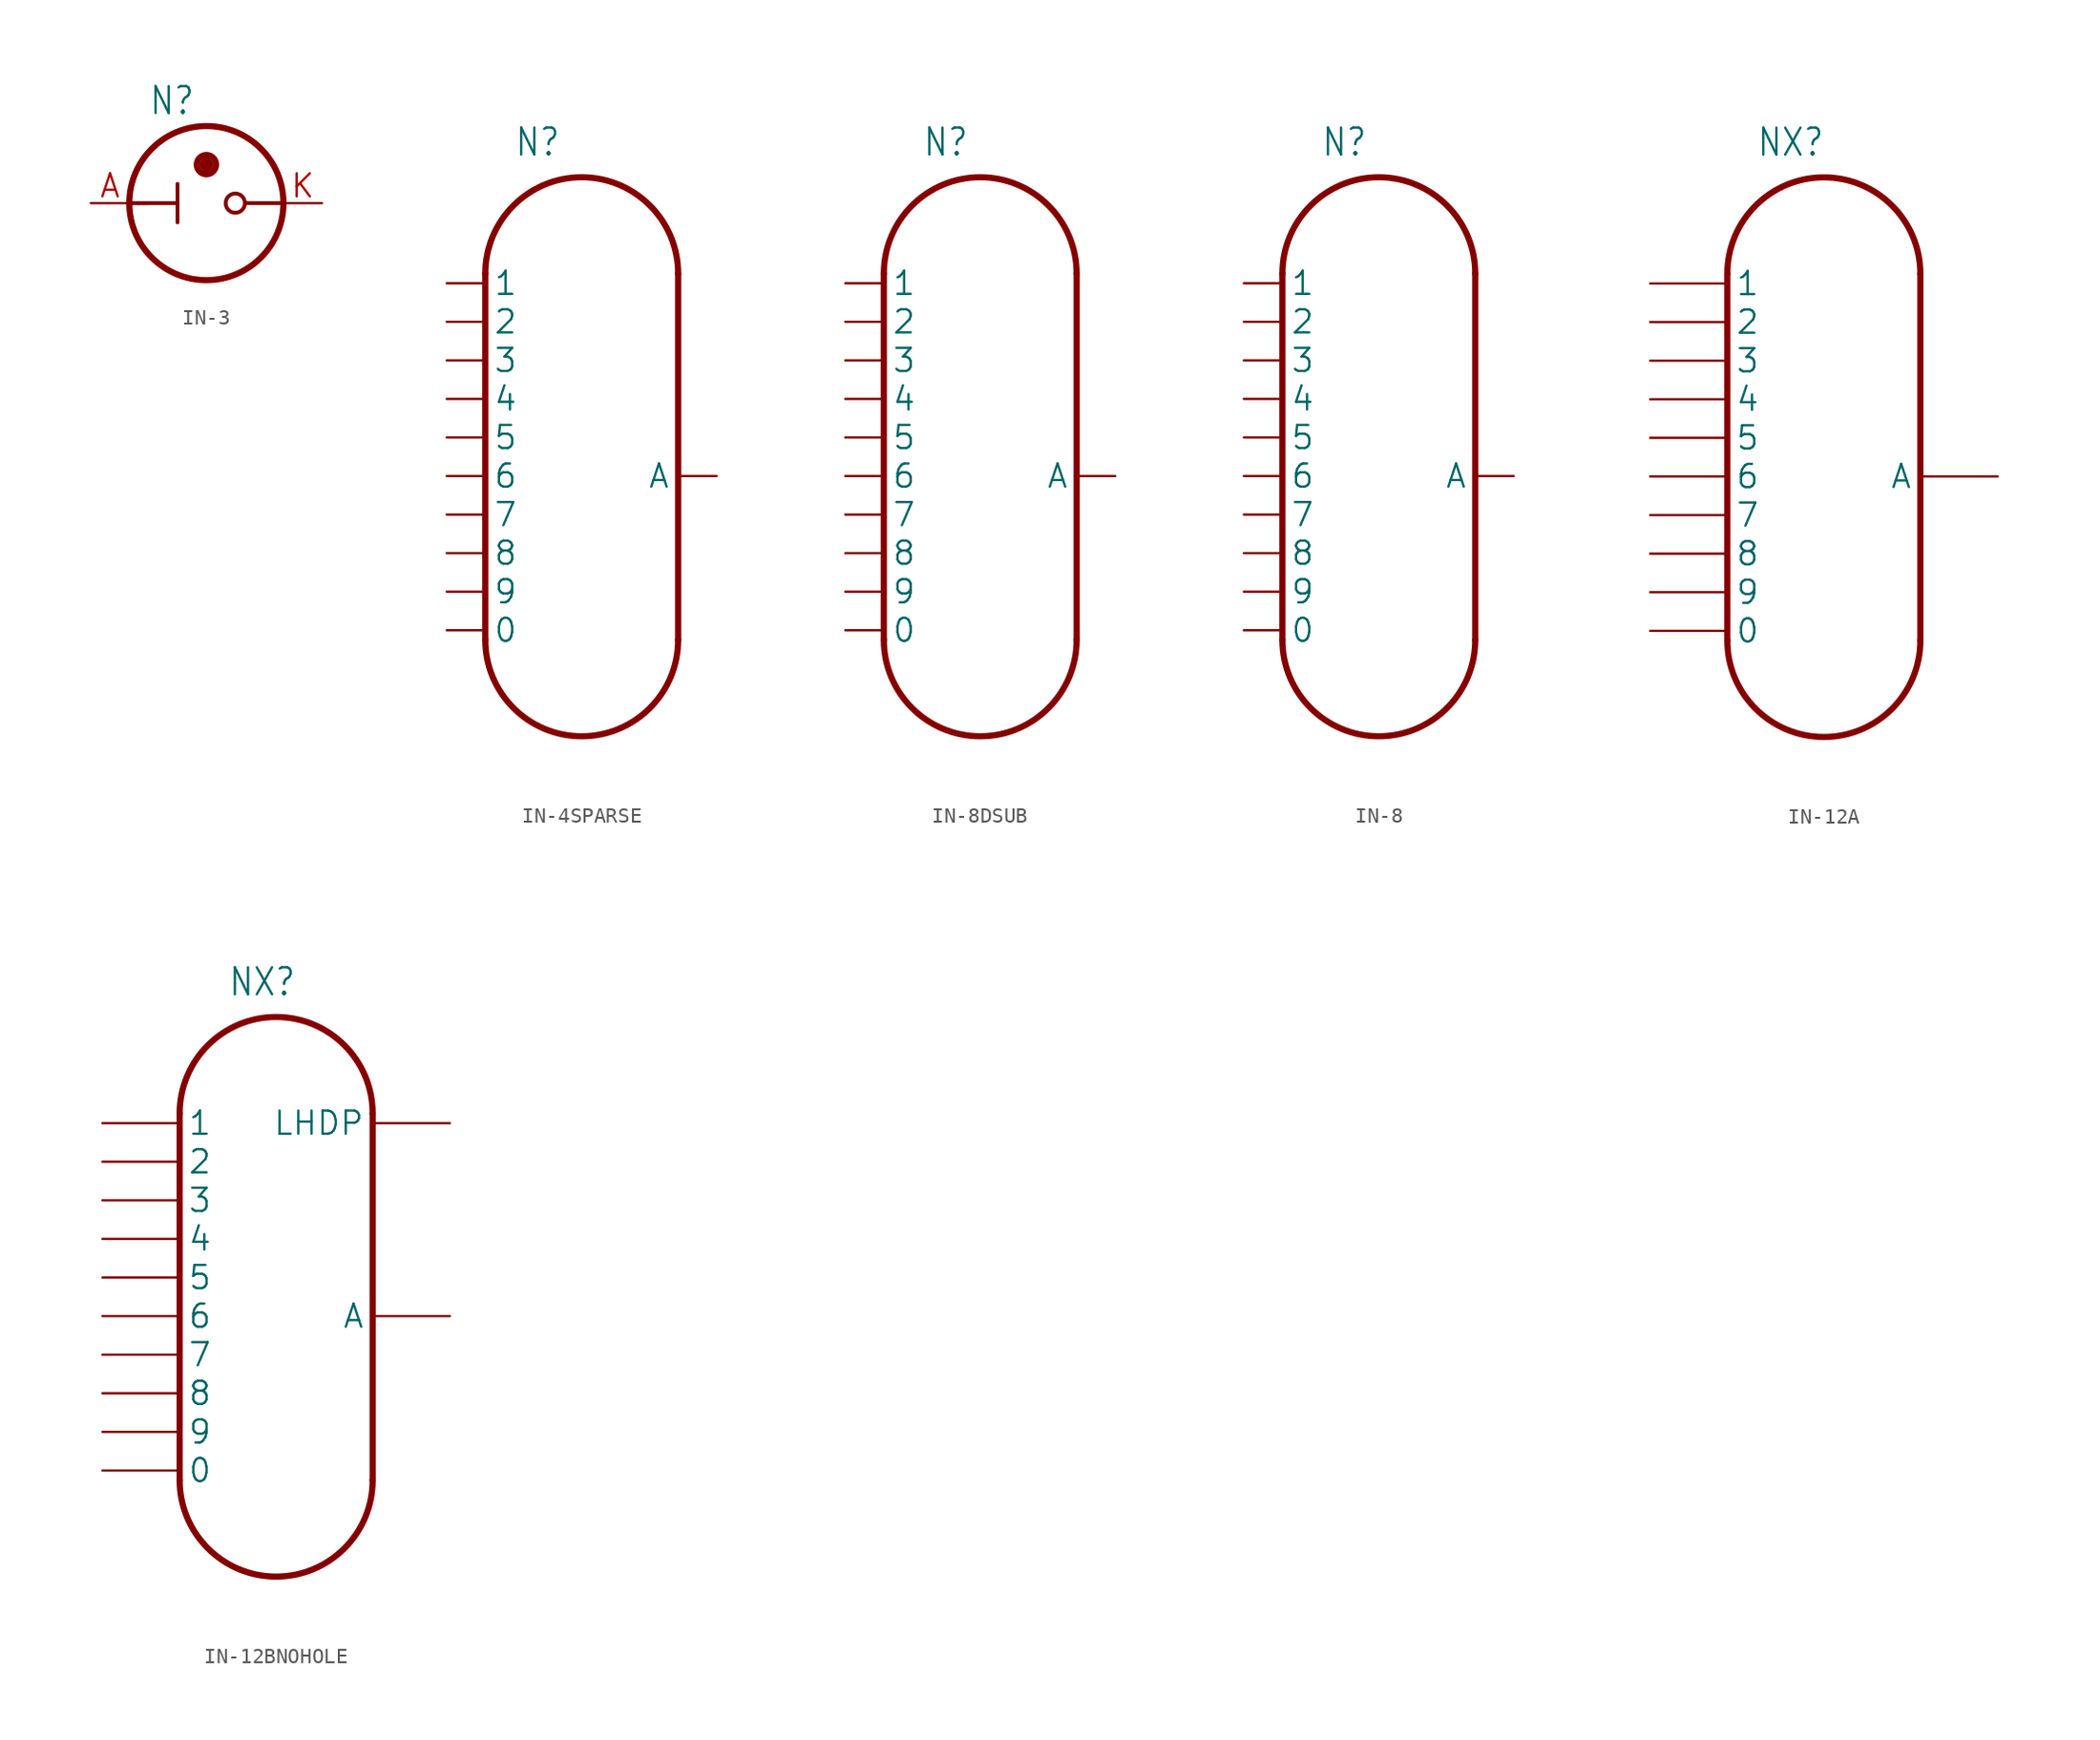
<source format=kicad_sym>
(kicad_symbol_lib
  (version 20241209)
  (generator "kicad_symbol_editor")
  (generator_version "9.0")
  (symbol "IN-3"
    (property "Reference" "N"
      (at 1.27 3.175 0)
      (effects (font (size 1.778 1.511)) (justify left bottom)))
    (property "ki_locked" ""
      (at 0 0 0)
      (effects (font (size 1.27 1.27))))
    (symbol "IN-3_1_0"
      (polyline (pts (xy 0 -2.54) (xy 0.635 -2.54)) (stroke (width 0.254) (type solid)) (fill (type none)))
      (polyline (pts (xy 0.635 -2.54) (xy 0 -2.54)) (stroke (width 0.254) (type solid)) (fill (type none)))
      (polyline (pts (xy 0.635 -2.54) (xy 3.175 -2.54)) (stroke (width 0.254) (type solid)) (fill (type none)))
      (polyline (pts (xy 1.27 -2.54) (xy 0.635 -2.54)) (stroke (width 0.254) (type solid)) (fill (type none)))
      (polyline (pts (xy 3.175 -2.54) (xy 3.175 -1.27)) (stroke (width 0.254) (type solid)) (fill (type none)))
      (polyline (pts (xy 3.175 -2.54) (xy 3.175 -3.81)) (stroke (width 0.254) (type solid)) (fill (type none)))
      (polyline (pts (xy 4.763 0) (xy 5.08 0)) (stroke (width 0.254) (type solid)) (fill (type none)))
      (polyline (pts (xy 5.08 0) (xy 5.08 0.318)) (stroke (width 0.406) (type solid)) (fill (type none)))
      (polyline (pts (xy 5.08 0) (xy 5.08 -0.318)) (stroke (width 0.406) (type solid)) (fill (type none)))
      (polyline (pts (xy 5.08 0) (xy 5.397 0)) (stroke (width 0.254) (type solid)) (fill (type none)))
      (circle (center 5.08 0) (radius 0.318) (stroke (width 0.254) (type solid)) (fill (type none)))
      (circle (center 5.08 0) (radius 0.635) (stroke (width 0.406) (type solid)) (fill (type none)))
      (circle (center 5.08 -2.54) (radius 5.08) (stroke (width 0.406) (type solid)) (fill (type none)))
      (circle (center 6.985 -2.54) (radius 0.635) (stroke (width 0.254) (type solid)) (fill (type none)))
      (polyline (pts (xy 10.16 -2.54) (xy 7.62 -2.54)) (stroke (width 0.254) (type solid)) (fill (type none)))
      (pin bidirectional line (at -2.54 -2.54 0) (length 2.54) (name "A" (effects (font (size 0 0)))) (number "A" (effects (font (size 1.524 1.524)))))
      (pin bidirectional line (at 12.7 -2.54 180) (length 2.54) (name "K" (effects (font (size 0 0)))) (number "K" (effects (font (size 1.524 1.524)))))))
  (symbol "IN-4SPARSE"
    (property "Reference" "N"
      (at -5.715 20.955 0)
      (effects (font (size 1.778 1.511)) (justify left bottom)))
    (property "ki_locked" ""
      (at 0 0 0)
      (effects (font (size 1.27 1.27))))
    (symbol "IN-4SPARSE_1_0"
      (polyline (pts (xy -7.62 -10.795) (xy -7.62 13.335)) (stroke (width 0.406) (type solid)) (fill (type none)))
      (arc (start -7.62 13.335) (mid -1.27 19.685) (end 5.08 13.335) (stroke (width 0.4064) (type solid)) (fill (type none)))
      (arc (start 5.08 -10.795) (mid -1.27 -17.145) (end -7.62 -10.795) (stroke (width 0.4064) (type solid)) (fill (type none)))
      (polyline (pts (xy 5.08 -10.795) (xy 5.08 13.335)) (stroke (width 0.406) (type solid)) (fill (type none)))
      (pin bidirectional line (at -10.16 12.7 0) (length 2.54) (name "1" (effects (font (size 1.524 1.524)))) (number "1" (effects (font (size 0 0)))))
      (pin bidirectional line (at -10.16 10.16 0) (length 2.54) (name "2" (effects (font (size 1.524 1.524)))) (number "2" (effects (font (size 0 0)))))
      (pin bidirectional line (at -10.16 7.62 0) (length 2.54) (name "3" (effects (font (size 1.524 1.524)))) (number "3" (effects (font (size 0 0)))))
      (pin bidirectional line (at -10.16 5.08 0) (length 2.54) (name "4" (effects (font (size 1.524 1.524)))) (number "4" (effects (font (size 0 0)))))
      (pin bidirectional line (at -10.16 2.54 0) (length 2.54) (name "5" (effects (font (size 1.524 1.524)))) (number "5" (effects (font (size 0 0)))))
      (pin bidirectional line (at -10.16 0 0) (length 2.54) (name "6" (effects (font (size 1.524 1.524)))) (number "6" (effects (font (size 0 0)))))
      (pin bidirectional line (at -10.16 -2.54 0) (length 2.54) (name "7" (effects (font (size 1.524 1.524)))) (number "7" (effects (font (size 0 0)))))
      (pin bidirectional line (at -10.16 -5.08 0) (length 2.54) (name "8" (effects (font (size 1.524 1.524)))) (number "8" (effects (font (size 0 0)))))
      (pin bidirectional line (at -10.16 -7.62 0) (length 2.54) (name "9" (effects (font (size 1.524 1.524)))) (number "9" (effects (font (size 0 0)))))
      (pin bidirectional line (at -10.16 -10.16 0) (length 2.54) (name "0" (effects (font (size 1.524 1.524)))) (number "0" (effects (font (size 0 0)))))
      (pin bidirectional line (at 7.62 0 180) (length 2.54) (name "A" (effects (font (size 1.524 1.524)))) (number "A3" (effects (font (size 0 0)))))))
  (symbol "IN-8DSUB"
    (property "Reference" "N"
      (at -5.08 20.955 0)
      (effects (font (size 1.778 1.511)) (justify left bottom)))
    (property "ki_locked" ""
      (at 0 0 0)
      (effects (font (size 1.27 1.27))))
    (symbol "IN-8DSUB_1_0"
      (polyline (pts (xy -7.62 -10.795) (xy -7.62 13.335)) (stroke (width 0.406) (type solid)) (fill (type none)))
      (arc (start -7.62 13.335) (mid -1.27 19.685) (end 5.08 13.335) (stroke (width 0.4064) (type solid)) (fill (type none)))
      (arc (start 5.08 -10.795) (mid -1.27 -17.145) (end -7.62 -10.795) (stroke (width 0.4064) (type solid)) (fill (type none)))
      (polyline (pts (xy 5.08 -10.795) (xy 5.08 13.335)) (stroke (width 0.406) (type solid)) (fill (type none)))
      (pin bidirectional line (at -10.16 12.7 0) (length 2.54) (name "1" (effects (font (size 1.524 1.524)))) (number "1" (effects (font (size 0 0)))))
      (pin bidirectional line (at -10.16 10.16 0) (length 2.54) (name "2" (effects (font (size 1.524 1.524)))) (number "2" (effects (font (size 0 0)))))
      (pin bidirectional line (at -10.16 7.62 0) (length 2.54) (name "3" (effects (font (size 1.524 1.524)))) (number "3" (effects (font (size 0 0)))))
      (pin bidirectional line (at -10.16 5.08 0) (length 2.54) (name "4" (effects (font (size 1.524 1.524)))) (number "4" (effects (font (size 0 0)))))
      (pin bidirectional line (at -10.16 2.54 0) (length 2.54) (name "5" (effects (font (size 1.524 1.524)))) (number "5" (effects (font (size 0 0)))))
      (pin bidirectional line (at -10.16 0 0) (length 2.54) (name "6" (effects (font (size 1.524 1.524)))) (number "6" (effects (font (size 0 0)))))
      (pin bidirectional line (at -10.16 -2.54 0) (length 2.54) (name "7" (effects (font (size 1.524 1.524)))) (number "7" (effects (font (size 0 0)))))
      (pin bidirectional line (at -10.16 -5.08 0) (length 2.54) (name "8" (effects (font (size 1.524 1.524)))) (number "8" (effects (font (size 0 0)))))
      (pin bidirectional line (at -10.16 -7.62 0) (length 2.54) (name "9" (effects (font (size 1.524 1.524)))) (number "9" (effects (font (size 0 0)))))
      (pin bidirectional line (at -10.16 -10.16 0) (length 2.54) (name "0" (effects (font (size 1.524 1.524)))) (number "0" (effects (font (size 0 0)))))
      (pin bidirectional line (at 7.62 0 180) (length 2.54) (name "A" (effects (font (size 1.524 1.524)))) (number "A" (effects (font (size 0 0)))))))
  (symbol "IN-8"
    (property "Reference" "N"
      (at -5.08 20.955 0)
      (effects (font (size 1.778 1.511)) (justify left bottom)))
    (property "ki_locked" ""
      (at 0 0 0)
      (effects (font (size 1.27 1.27))))
    (symbol "IN-8_1_0"
      (polyline (pts (xy -7.62 -10.795) (xy -7.62 13.335)) (stroke (width 0.406) (type solid)) (fill (type none)))
      (arc (start -7.62 13.335) (mid -1.27 19.685) (end 5.08 13.335) (stroke (width 0.4064) (type solid)) (fill (type none)))
      (arc (start 5.08 -10.795) (mid -1.27 -17.145) (end -7.62 -10.795) (stroke (width 0.4064) (type solid)) (fill (type none)))
      (polyline (pts (xy 5.08 -10.795) (xy 5.08 13.335)) (stroke (width 0.406) (type solid)) (fill (type none)))
      (pin bidirectional line (at -10.16 12.7 0) (length 2.54) (name "1" (effects (font (size 1.524 1.524)))) (number "1" (effects (font (size 0 0)))))
      (pin bidirectional line (at -10.16 10.16 0) (length 2.54) (name "2" (effects (font (size 1.524 1.524)))) (number "2" (effects (font (size 0 0)))))
      (pin bidirectional line (at -10.16 7.62 0) (length 2.54) (name "3" (effects (font (size 1.524 1.524)))) (number "3" (effects (font (size 0 0)))))
      (pin bidirectional line (at -10.16 5.08 0) (length 2.54) (name "4" (effects (font (size 1.524 1.524)))) (number "4" (effects (font (size 0 0)))))
      (pin bidirectional line (at -10.16 2.54 0) (length 2.54) (name "5" (effects (font (size 1.524 1.524)))) (number "5" (effects (font (size 0 0)))))
      (pin bidirectional line (at -10.16 0 0) (length 2.54) (name "6" (effects (font (size 1.524 1.524)))) (number "6" (effects (font (size 0 0)))))
      (pin bidirectional line (at -10.16 -2.54 0) (length 2.54) (name "7" (effects (font (size 1.524 1.524)))) (number "7" (effects (font (size 0 0)))))
      (pin bidirectional line (at -10.16 -5.08 0) (length 2.54) (name "8" (effects (font (size 1.524 1.524)))) (number "8" (effects (font (size 0 0)))))
      (pin bidirectional line (at -10.16 -7.62 0) (length 2.54) (name "9" (effects (font (size 1.524 1.524)))) (number "9" (effects (font (size 0 0)))))
      (pin bidirectional line (at -10.16 -10.16 0) (length 2.54) (name "0" (effects (font (size 1.524 1.524)))) (number "0" (effects (font (size 0 0)))))
      (pin bidirectional line (at 7.62 0 180) (length 2.54) (name "A" (effects (font (size 1.524 1.524)))) (number "A" (effects (font (size 0 0)))))))
  (symbol "IN-12A"
    (property "Reference" "NX"
      (at -5.715 20.955 0)
      (effects (font (size 1.778 1.511)) (justify left bottom)))
    (property "ki_locked" ""
      (at 0 0 0)
      (effects (font (size 1.27 1.27))))
    (symbol "IN-12A_1_0"
      (polyline (pts (xy -7.62 -10.795) (xy -7.62 13.335)) (stroke (width 0.406) (type solid)) (fill (type none)))
      (arc (start -7.62 13.335) (mid -1.27 19.685) (end 5.08 13.335) (stroke (width 0.4064) (type solid)) (fill (type none)))
      (arc (start 5.08 -10.795) (mid -1.27 -17.145) (end -7.62 -10.795) (stroke (width 0.4064) (type solid)) (fill (type none)))
      (polyline (pts (xy 5.08 -10.795) (xy 5.08 13.335)) (stroke (width 0.406) (type solid)) (fill (type none)))
      (pin bidirectional line (at -12.7 12.7 0) (length 5.08) (name "1" (effects (font (size 1.524 1.524)))) (number "1" (effects (font (size 0 0)))))
      (pin bidirectional line (at -12.7 10.16 0) (length 5.08) (name "2" (effects (font (size 1.524 1.524)))) (number "2" (effects (font (size 0 0)))))
      (pin bidirectional line (at -12.7 7.62 0) (length 5.08) (name "3" (effects (font (size 1.524 1.524)))) (number "3" (effects (font (size 0 0)))))
      (pin bidirectional line (at -12.7 5.08 0) (length 5.08) (name "4" (effects (font (size 1.524 1.524)))) (number "4" (effects (font (size 0 0)))))
      (pin bidirectional line (at -12.7 2.54 0) (length 5.08) (name "5" (effects (font (size 1.524 1.524)))) (number "5" (effects (font (size 0 0)))))
      (pin bidirectional line (at -12.7 0 0) (length 5.08) (name "6" (effects (font (size 1.524 1.524)))) (number "6" (effects (font (size 0 0)))))
      (pin bidirectional line (at -12.7 -2.54 0) (length 5.08) (name "7" (effects (font (size 1.524 1.524)))) (number "7" (effects (font (size 0 0)))))
      (pin bidirectional line (at -12.7 -5.08 0) (length 5.08) (name "8" (effects (font (size 1.524 1.524)))) (number "8" (effects (font (size 0 0)))))
      (pin bidirectional line (at -12.7 -7.62 0) (length 5.08) (name "9" (effects (font (size 1.524 1.524)))) (number "9" (effects (font (size 0 0)))))
      (pin bidirectional line (at -12.7 -10.16 0) (length 5.08) (name "0" (effects (font (size 1.524 1.524)))) (number "0" (effects (font (size 0 0)))))
      (pin bidirectional line (at 10.16 0 180) (length 5.08) (name "A" (effects (font (size 1.524 1.524)))) (number "A" (effects (font (size 0 0)))))))
  (symbol "IN-12BNOHOLE"
    (property "Reference" "NX"
      (at -4.445 20.955 0)
      (effects (font (size 1.778 1.511)) (justify left bottom)))
    (property "ki_locked" ""
      (at 0 0 0)
      (effects (font (size 1.27 1.27))))
    (symbol "IN-12BNOHOLE_1_0"
      (polyline (pts (xy -7.62 -10.795) (xy -7.62 13.335)) (stroke (width 0.406) (type solid)) (fill (type none)))
      (arc (start -7.62 13.335) (mid -1.27 19.685) (end 5.08 13.335) (stroke (width 0.4064) (type solid)) (fill (type none)))
      (arc (start 5.08 -10.795) (mid -1.27 -17.145) (end -7.62 -10.795) (stroke (width 0.4064) (type solid)) (fill (type none)))
      (polyline (pts (xy 5.08 -10.795) (xy 5.08 13.335)) (stroke (width 0.406) (type solid)) (fill (type none)))
      (pin bidirectional line (at -12.7 12.7 0) (length 5.08) (name "1" (effects (font (size 1.524 1.524)))) (number "1" (effects (font (size 0 0)))))
      (pin bidirectional line (at -12.7 10.16 0) (length 5.08) (name "2" (effects (font (size 1.524 1.524)))) (number "2" (effects (font (size 0 0)))))
      (pin bidirectional line (at -12.7 7.62 0) (length 5.08) (name "3" (effects (font (size 1.524 1.524)))) (number "3" (effects (font (size 0 0)))))
      (pin bidirectional line (at -12.7 5.08 0) (length 5.08) (name "4" (effects (font (size 1.524 1.524)))) (number "4" (effects (font (size 0 0)))))
      (pin bidirectional line (at -12.7 2.54 0) (length 5.08) (name "5" (effects (font (size 1.524 1.524)))) (number "5" (effects (font (size 0 0)))))
      (pin bidirectional line (at -12.7 0 0) (length 5.08) (name "6" (effects (font (size 1.524 1.524)))) (number "6" (effects (font (size 0 0)))))
      (pin bidirectional line (at -12.7 -2.54 0) (length 5.08) (name "7" (effects (font (size 1.524 1.524)))) (number "7" (effects (font (size 0 0)))))
      (pin bidirectional line (at -12.7 -5.08 0) (length 5.08) (name "8" (effects (font (size 1.524 1.524)))) (number "8" (effects (font (size 0 0)))))
      (pin bidirectional line (at -12.7 -7.62 0) (length 5.08) (name "9" (effects (font (size 1.524 1.524)))) (number "9" (effects (font (size 0 0)))))
      (pin bidirectional line (at -12.7 -10.16 0) (length 5.08) (name "0" (effects (font (size 1.524 1.524)))) (number "0" (effects (font (size 0 0)))))
      (pin bidirectional line (at 10.16 12.7 180) (length 5.08) (name "LHDP" (effects (font (size 1.524 1.524)))) (number "LHDP" (effects (font (size 0 0)))))
      (pin bidirectional line (at 10.16 0 180) (length 5.08) (name "A" (effects (font (size 1.524 1.524)))) (number "A" (effects (font (size 0 0))))))))
</source>
